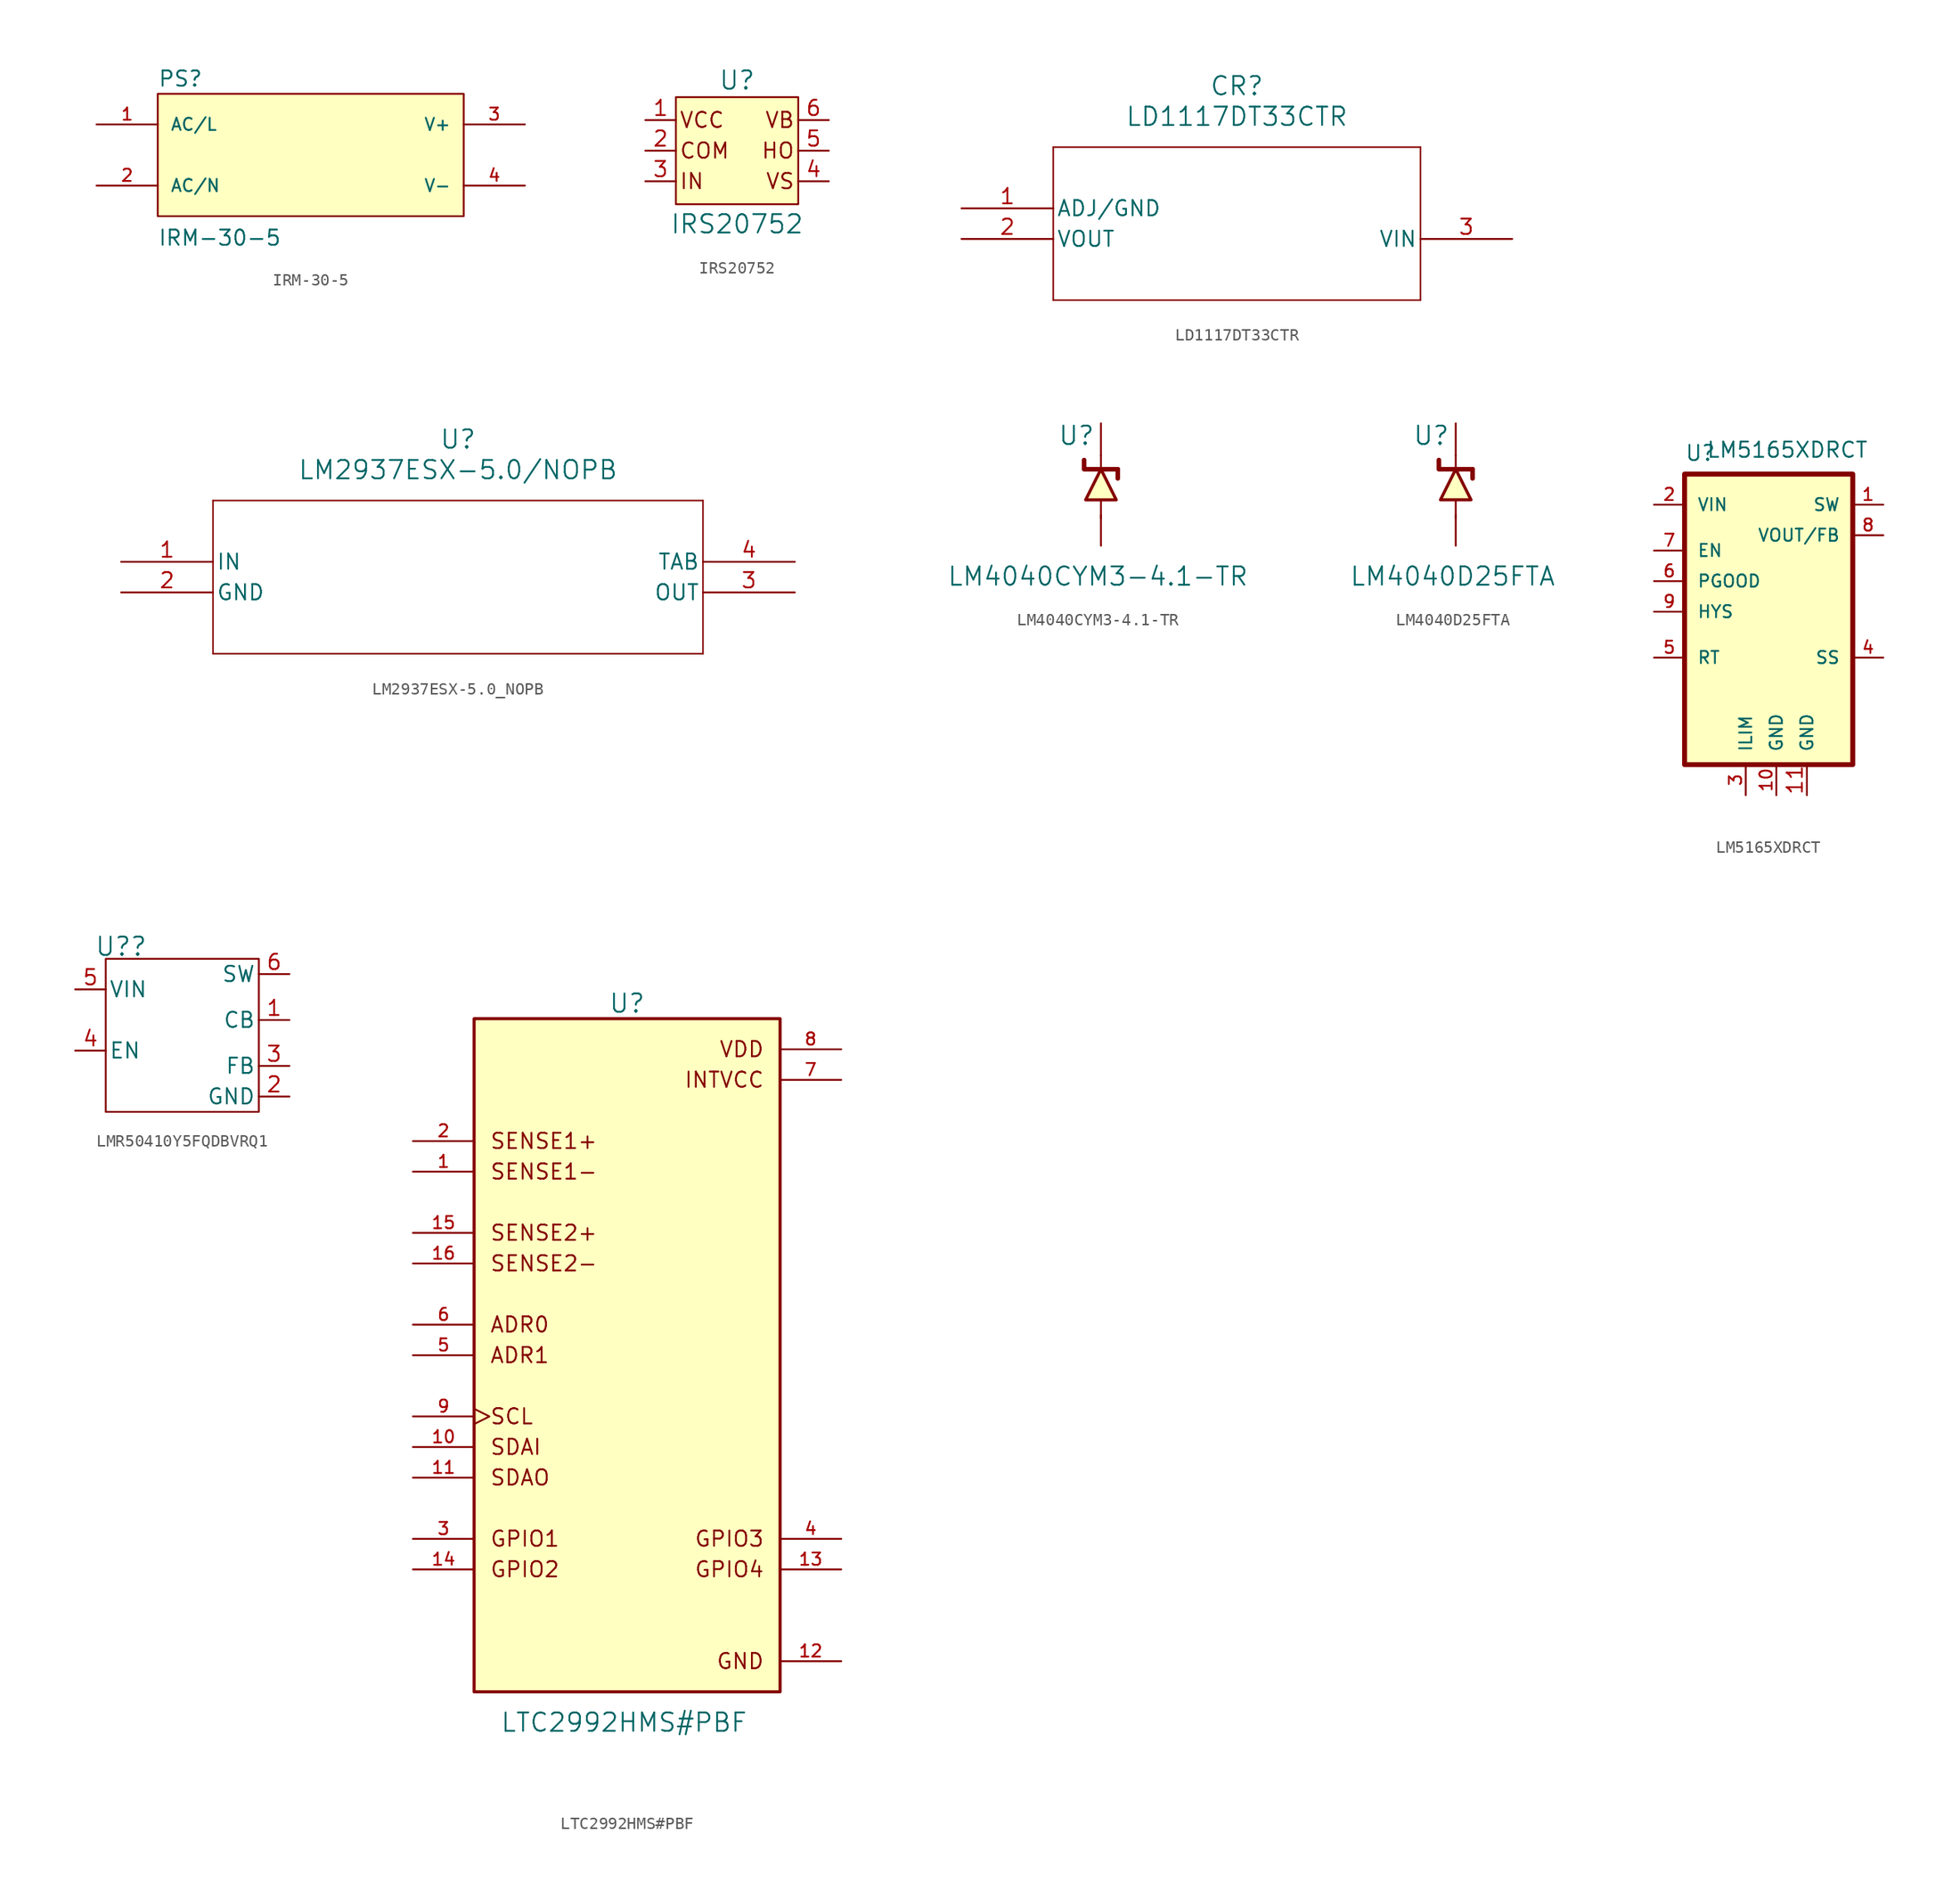
<source format=kicad_sym>
(kicad_symbol_lib
  (version 20241209)
  (generator "kicad_symbol_editor")
  (generator_version "9.0")
  (symbol "IRM-30-5"
    (pin_names
      (offset 1.016))
    (property "Reference" "PS"
      (at -12.7 5.588 0)
      (effects (font (size 1.27 1.27)) (justify left bottom)))
    (property "Value" "IRM-30-5"
      (at -12.7 -7.62 0)
      (effects (font (size 1.27 1.27)) (justify left bottom)))
    (symbol "IRM-30-5_0_0"
      (rectangle (start -12.7 -5.08) (end 12.7 5.08) (stroke (width 0.152) (type default)) (fill (type background)))
      (pin input line (at -17.78 2.54 0) (length 5.08) (name "AC/L" (effects (font (size 1.016 1.016)))) (number "1" (effects (font (size 1.016 1.016)))))
      (pin input line (at -17.78 -2.54 0) (length 5.08) (name "AC/N" (effects (font (size 1.016 1.016)))) (number "2" (effects (font (size 1.016 1.016)))))
      (pin output line (at 17.78 2.54 180) (length 5.08) (name "V+" (effects (font (size 1.016 1.016)))) (number "3" (effects (font (size 1.016 1.016)))))
      (pin output line (at 17.78 -2.54 180) (length 5.08) (name "V-" (effects (font (size 1.016 1.016)))) (number "4" (effects (font (size 1.016 1.016)))))))
  (symbol "IRS20752"
    (pin_names
      (offset 0)
      (hide yes))
    (property "Reference" "U"
      (at 0 8.382 0)
      (effects (font (size 1.524 1.524))))
    (property "Value" "IRS20752"
      (at 0 -3.556 0)
      (effects (font (size 1.524 1.524))))
    (symbol "IRS20752_1_0"
      (rectangle (start -5.08 6.985) (end 5.08 -1.905) (stroke (width 0) (type default)) (fill (type background)))
      (text "VCC" (at -4.826 5.08 0) (effects (font (size 1.27 1.27)) (justify left)))
      (text "COM" (at -4.826 2.54 0) (effects (font (size 1.27 1.27)) (justify left)))
      (text "IN" (at -4.826 0 0) (effects (font (size 1.27 1.27)) (justify left)))
      (text "VB" (at 4.826 5.08 0) (effects (font (size 1.27 1.27)) (justify right)))
      (text "HO" (at 4.826 2.54 0) (effects (font (size 1.27 1.27)) (justify right)))
      (text "VS" (at 4.826 0 0) (effects (font (size 1.27 1.27)) (justify right))))
    (symbol "IRS20752_1_1"
      (pin input line (at -7.62 5.08 0) (length 2.54) (name "VCC" (effects (font (size 1.27 1.27)))) (number "1" (effects (font (size 1.27 1.27)))))
      (pin input line (at -7.62 2.54 0) (length 2.54) (name "COM" (effects (font (size 1.27 1.27)))) (number "2" (effects (font (size 1.27 1.27)))))
      (pin input line (at -7.62 0 0) (length 2.54) (name "IN" (effects (font (size 1.27 1.27)))) (number "3" (effects (font (size 1.27 1.27)))))
      (pin input line (at 7.62 5.08 180) (length 2.54) (name "VB" (effects (font (size 1.27 1.27)))) (number "6" (effects (font (size 1.27 1.27)))))
      (pin input line (at 7.62 2.54 180) (length 2.54) (name "HO" (effects (font (size 1.27 1.27)))) (number "5" (effects (font (size 1.27 1.27)))))
      (pin input line (at 7.62 0 180) (length 2.54) (name "VS" (effects (font (size 1.27 1.27)))) (number "4" (effects (font (size 1.27 1.27)))))))
  (symbol "LD1117DT33CTR"
    (pin_names
      (offset 0.254))
    (property "Reference" "CR"
      (at 22.86 10.16 0)
      (effects (font (size 1.524 1.524))))
    (property "Value" "LD1117DT33CTR"
      (at 22.86 7.62 0)
      (effects (font (size 1.524 1.524))))
    (symbol "LD1117DT33CTR_0_1"
      (polyline (pts (xy 7.62 5.08) (xy 7.62 -7.62)) (stroke (width 0.127) (type default)) (fill (type none)))
      (polyline (pts (xy 7.62 -7.62) (xy 38.1 -7.62)) (stroke (width 0.127) (type default)) (fill (type none)))
      (polyline (pts (xy 38.1 5.08) (xy 7.62 5.08)) (stroke (width 0.127) (type default)) (fill (type none)))
      (polyline (pts (xy 38.1 -7.62) (xy 38.1 5.08)) (stroke (width 0.127) (type default)) (fill (type none)))
      (pin unspecified line (at 0 0 0) (length 7.62) (name "ADJ/GND" (effects (font (size 1.27 1.27)))) (number "1" (effects (font (size 1.27 1.27)))))
      (pin unspecified line (at 0 -2.54 0) (length 7.62) (name "VOUT" (effects (font (size 1.27 1.27)))) (number "2" (effects (font (size 1.27 1.27)))))
      (pin unspecified line (at 45.72 -2.54 180) (length 7.62) (name "VIN" (effects (font (size 1.27 1.27)))) (number "3" (effects (font (size 1.27 1.27)))))))
  (symbol "LM2937ESX-5.0_NOPB"
    (pin_names
      (offset 0.254))
    (property "Reference" "U"
      (at 27.94 10.16 0)
      (effects (font (size 1.524 1.524))))
    (property "Value" "LM2937ESX-5.0/NOPB"
      (at 27.94 7.62 0)
      (effects (font (size 1.524 1.524))))
    (symbol "LM2937ESX-5.0_NOPB_0_1"
      (polyline (pts (xy 7.62 5.08) (xy 7.62 -7.62)) (stroke (width 0.127) (type default)) (fill (type none)))
      (polyline (pts (xy 7.62 -7.62) (xy 48.26 -7.62)) (stroke (width 0.127) (type default)) (fill (type none)))
      (polyline (pts (xy 48.26 5.08) (xy 7.62 5.08)) (stroke (width 0.127) (type default)) (fill (type none)))
      (polyline (pts (xy 48.26 -7.62) (xy 48.26 5.08)) (stroke (width 0.127) (type default)) (fill (type none)))
      (pin input line (at 0 0 0) (length 7.62) (name "IN" (effects (font (size 1.27 1.27)))) (number "1" (effects (font (size 1.27 1.27)))))
      (pin power_in line (at 0 -2.54 0) (length 7.62) (name "GND" (effects (font (size 1.27 1.27)))) (number "2" (effects (font (size 1.27 1.27)))))
      (pin unspecified line (at 55.88 0 180) (length 7.62) (name "TAB" (effects (font (size 1.27 1.27)))) (number "4" (effects (font (size 1.27 1.27)))))
      (pin output line (at 55.88 -2.54 180) (length 7.62) (name "OUT" (effects (font (size 1.27 1.27)))) (number "3" (effects (font (size 1.27 1.27)))))))
  (symbol "LM4040CYM3-4.1-TR"
    (pin_numbers
      (hide yes))
    (pin_names
      (offset 0)
      (hide yes))
    (property "Reference" "U"
      (at -2.032 4.064 0)
      (effects (font (size 1.524 1.524))))
    (property "Value" "LM4040CYM3-4.1-TR"
      (at -0.254 -7.62 0)
      (effects (font (size 1.524 1.524))))
    (symbol "LM4040CYM3-4.1-TR_0_1"
      (polyline (pts (xy -1.27 -1.27) (xy 1.27 -1.27) (xy 0 1.27) (xy -1.27 -1.27)) (stroke (width 0.254) (type default)) (fill (type background)))
      (polyline (pts (xy 0 2.413) (xy 0 1.27)) (stroke (width 0) (type default)) (fill (type none)))
      (polyline (pts (xy 0 -2.794) (xy 0 -1.27)) (stroke (width 0) (type default)) (fill (type none)))
      (polyline (pts (xy 1.397 1.27) (xy 1.397 0.508)) (stroke (width 0.381) (type default)) (fill (type none)))
      (polyline (pts (xy 1.397 1.27) (xy -1.397 1.27) (xy -1.397 2.032)) (stroke (width 0.381) (type default)) (fill (type none))))
    (symbol "LM4040CYM3-4.1-TR_1_1"
      (pin input line (at 0 5.08 270) (length 2.667) (name "Cathode" (effects (font (size 1.27 1.27)))) (number "1" (effects (font (size 1.27 1.27)))))
      (pin input line (at 0 -5.08 90) (length 2.54) (name "Anode" (effects (font (size 1.27 1.27)))) (number "2" (effects (font (size 1.27 1.27)))))))
  (symbol "LM4040D25FTA"
    (pin_numbers
      (hide yes))
    (pin_names
      (offset 0)
      (hide yes))
    (property "Reference" "U"
      (at -2.032 4.064 0)
      (effects (font (size 1.524 1.524))))
    (property "Value" "LM4040D25FTA"
      (at -0.254 -7.62 0)
      (effects (font (size 1.524 1.524))))
    (symbol "LM4040D25FTA_0_1"
      (polyline (pts (xy -1.27 -1.27) (xy 1.27 -1.27) (xy 0 1.27) (xy -1.27 -1.27)) (stroke (width 0.254) (type default)) (fill (type background)))
      (polyline (pts (xy 0 2.413) (xy 0 1.27)) (stroke (width 0) (type default)) (fill (type none)))
      (polyline (pts (xy 0 -2.794) (xy 0 -1.27)) (stroke (width 0) (type default)) (fill (type none)))
      (polyline (pts (xy 1.397 1.27) (xy 1.397 0.508)) (stroke (width 0.381) (type default)) (fill (type none)))
      (polyline (pts (xy 1.397 1.27) (xy -1.397 1.27) (xy -1.397 2.032)) (stroke (width 0.381) (type default)) (fill (type none))))
    (symbol "LM4040D25FTA_1_1"
      (pin input line (at 0 5.08 270) (length 2.667) (name "Cathode" (effects (font (size 1.27 1.27)))) (number "1" (effects (font (size 1.27 1.27)))))
      (pin input line (at 0 -5.08 90) (length 2.54) (name "Anode" (effects (font (size 1.27 1.27)))) (number "2" (effects (font (size 1.27 1.27)))))))
  (symbol "LM5165XDRCT"
    (pin_names
      (offset 1.016))
    (property "Reference" "U"
      (at -12.7 23.86 0)
      (effects (font (size 1.27 1.27)) (justify left bottom)))
    (property "Value" "LM5165XDRCT"
      (at -10.922 24.13 0)
      (effects (font (size 1.27 1.27)) (justify left bottom)))
    (symbol "LM5165XDRCT_0_0"
      (pin bidirectional line (at -15.24 16.51 0) (length 2.54) (name "EN" (effects (font (size 1.016 1.016)))) (number "7" (effects (font (size 1.016 1.016)))))
      (pin bidirectional line (at -15.24 13.97 0) (length 2.54) (name "PGOOD" (effects (font (size 1.016 1.016)))) (number "6" (effects (font (size 1.016 1.016)))))
      (pin bidirectional line (at -15.24 11.43 0) (length 2.54) (name "HYS" (effects (font (size 1.016 1.016)))) (number "9" (effects (font (size 1.016 1.016)))))
      (pin bidirectional line (at 3.81 20.32 180) (length 2.54) (name "SW" (effects (font (size 1.016 1.016)))) (number "1" (effects (font (size 1.016 1.016)))))
      (pin bidirectional line (at 3.81 7.62 180) (length 2.54) (name "SS" (effects (font (size 1.016 1.016)))) (number "4" (effects (font (size 1.016 1.016))))))
    (symbol "LM5165XDRCT_1_0"
      (rectangle (start -12.7 22.86) (end 1.27 -1.27) (stroke (width 0.41) (type default)) (fill (type background)))
      (pin input line (at -15.24 20.32 0) (length 2.54) (name "VIN" (effects (font (size 1.016 1.016)))) (number "2" (effects (font (size 1.016 1.016)))))
      (pin passive line (at -15.24 7.62 0) (length 2.54) (name "RT" (effects (font (size 1.016 1.016)))) (number "5" (effects (font (size 1.016 1.016)))))
      (pin passive line (at -7.62 -3.81 90) (length 2.54) (name "ILIM" (effects (font (size 1.016 1.016)))) (number "3" (effects (font (size 1.016 1.016)))))
      (pin power_in line (at -5.08 -3.81 90) (length 2.54) (name "GND" (effects (font (size 1.016 1.016)))) (number "10" (effects (font (size 1.016 1.016)))))
      (pin power_out line (at 3.81 17.78 180) (length 2.54) (name "VOUT/FB" (effects (font (size 1.016 1.016)))) (number "8" (effects (font (size 1.016 1.016))))))
    (symbol "LM5165XDRCT_1_1"
      (pin power_in line (at -2.54 -3.81 90) (length 2.54) (name "GND" (effects (font (size 1.016 1.016)))) (number "11" (effects (font (size 1.27 1.27)))))))
  (symbol "LMR50410Y5FQDBVRQ1"
    (pin_names
      (offset 0.254))
    (property "Reference" "U?"
      (at -3.81 11.176 0)
      (effects (font (size 1.524 1.524))))
    (symbol "LMR50410Y5FQDBVRQ1_0_1"
      (rectangle (start -5.08 10.16) (end 7.62 -2.54) (stroke (width 0) (type default)) (fill (type none))))
    (symbol "LMR50410Y5FQDBVRQ1_1_1"
      (pin power_in line (at -7.62 7.62 0) (length 2.54) (name "VIN" (effects (font (size 1.27 1.27)))) (number "5" (effects (font (size 1.27 1.27)))))
      (pin input line (at -7.62 2.54 0) (length 2.54) (name "EN" (effects (font (size 1.27 1.27)))) (number "4" (effects (font (size 1.27 1.27)))))
      (pin power_in line (at 10.16 8.89 180) (length 2.54) (name "SW" (effects (font (size 1.27 1.27)))) (number "6" (effects (font (size 1.27 1.27)))))
      (pin unspecified line (at 10.16 5.08 180) (length 2.54) (name "CB" (effects (font (size 1.27 1.27)))) (number "1" (effects (font (size 1.27 1.27)))))
      (pin unspecified line (at 10.16 1.27 180) (length 2.54) (name "FB" (effects (font (size 1.27 1.27)))) (number "3" (effects (font (size 1.27 1.27)))))
      (pin power_in line (at 10.16 -1.27 180) (length 2.54) (name "GND" (effects (font (size 1.27 1.27)))) (number "2" (effects (font (size 1.27 1.27)))))))
  (symbol "LTC2992HMS#PBF"
    (pin_names
      (offset 0)
      (hide yes))
    (property "Reference" "U"
      (at 0 57.15 0)
      (effects (font (size 1.524 1.524))))
    (property "Value" "LTC2992HMS#PBF"
      (at -0.254 -2.54 0)
      (effects (font (size 1.524 1.524))))
    (symbol "LTC2992HMS#PBF_0_0"
      (text "SENSE1+" (at -11.43 45.72 0) (effects (font (size 1.27 1.27)) (justify left)))
      (text "SENSE1-" (at -11.43 43.18 0) (effects (font (size 1.27 1.27)) (justify left)))
      (text "SENSE2+" (at -11.43 38.1 0) (effects (font (size 1.27 1.27)) (justify left)))
      (text "SENSE2-" (at -11.43 35.56 0) (effects (font (size 1.27 1.27)) (justify left)))
      (text "ADR0" (at -11.43 30.48 0) (effects (font (size 1.27 1.27)) (justify left)))
      (text "ADR1" (at -11.43 27.94 0) (effects (font (size 1.27 1.27)) (justify left)))
      (text "SCL" (at -11.43 22.86 0) (effects (font (size 1.27 1.27)) (justify left)))
      (text "SDAI" (at -11.43 20.32 0) (effects (font (size 1.27 1.27)) (justify left)))
      (text "SDAO" (at -11.43 17.78 0) (effects (font (size 1.27 1.27)) (justify left)))
      (text "GPIO1" (at -11.43 12.7 0) (effects (font (size 1.27 1.27)) (justify left)))
      (text "GPIO2" (at -11.43 10.16 0) (effects (font (size 1.27 1.27)) (justify left)))
      (text "VDD" (at 11.43 53.34 0) (effects (font (size 1.27 1.27)) (justify right)))
      (text "INTVCC" (at 11.43 50.8 0) (effects (font (size 1.27 1.27)) (justify right)))
      (text "GPIO3" (at 11.43 12.7 0) (effects (font (size 1.27 1.27)) (justify right)))
      (text "GPIO4" (at 11.43 10.16 0) (effects (font (size 1.27 1.27)) (justify right)))
      (text "GND" (at 11.43 2.54 0) (effects (font (size 1.27 1.27)) (justify right))))
    (symbol "LTC2992HMS#PBF_1_1"
      (rectangle (start -12.7 0) (end 12.7 55.88) (stroke (width 0.254) (type default)) (fill (type background)))
      (pin input line (at -17.78 45.72 0) (length 5.08) (name "SENSE1+" (effects (font (size 1.016 1.016)))) (number "2" (effects (font (size 1.016 1.016)))))
      (pin input line (at -17.78 43.18 0) (length 5.08) (name "SENSE1–" (effects (font (size 1.016 1.016)))) (number "1" (effects (font (size 1.016 1.016)))))
      (pin input line (at -17.78 38.1 0) (length 5.08) (name "SENSE2+" (effects (font (size 1.016 1.016)))) (number "15" (effects (font (size 1.016 1.016)))))
      (pin input line (at -17.78 35.56 0) (length 5.08) (name "SENSE2–" (effects (font (size 1.016 1.016)))) (number "16" (effects (font (size 1.016 1.016)))))
      (pin input line (at -17.78 30.48 0) (length 5.08) (name "ADR0" (effects (font (size 1.016 1.016)))) (number "6" (effects (font (size 1.016 1.016)))))
      (pin input line (at -17.78 27.94 0) (length 5.08) (name "ADR1" (effects (font (size 1.016 1.016)))) (number "5" (effects (font (size 1.016 1.016)))))
      (pin input clock (at -17.78 22.86 0) (length 5.08) (name "SCL" (effects (font (size 1.016 1.016)))) (number "9" (effects (font (size 1.016 1.016)))))
      (pin passive line (at -17.78 20.32 0) (length 5.08) (name "SDAI" (effects (font (size 1.016 1.016)))) (number "10" (effects (font (size 1.016 1.016)))))
      (pin passive line (at -17.78 17.78 0) (length 5.08) (name "SDAO" (effects (font (size 1.016 1.016)))) (number "11" (effects (font (size 1.016 1.016)))))
      (pin bidirectional line (at -17.78 12.7 0) (length 5.08) (name "GPIO1" (effects (font (size 1.016 1.016)))) (number "3" (effects (font (size 1.016 1.016)))))
      (pin bidirectional line (at -17.78 10.16 0) (length 5.08) (name "GPIO2" (effects (font (size 1.016 1.016)))) (number "14" (effects (font (size 1.016 1.016)))))
      (pin power_in line (at 17.78 53.34 180) (length 5.08) (name "VDD" (effects (font (size 1.016 1.016)))) (number "8" (effects (font (size 1.016 1.016)))))
      (pin passive line (at 17.78 50.8 180) (length 5.08) (name "INTVCC" (effects (font (size 1.016 1.016)))) (number "7" (effects (font (size 1.016 1.016)))))
      (pin bidirectional line (at 17.78 12.7 180) (length 5.08) (name "GPIO3" (effects (font (size 1.016 1.016)))) (number "4" (effects (font (size 1.016 1.016)))))
      (pin bidirectional line (at 17.78 10.16 180) (length 5.08) (name "GPIO4" (effects (font (size 1.016 1.016)))) (number "13" (effects (font (size 1.016 1.016)))))
      (pin power_in line (at 17.78 2.54 180) (length 5.08) (name "GND" (effects (font (size 1.016 1.016)))) (number "12" (effects (font (size 1.016 1.016))))))))
</source>
